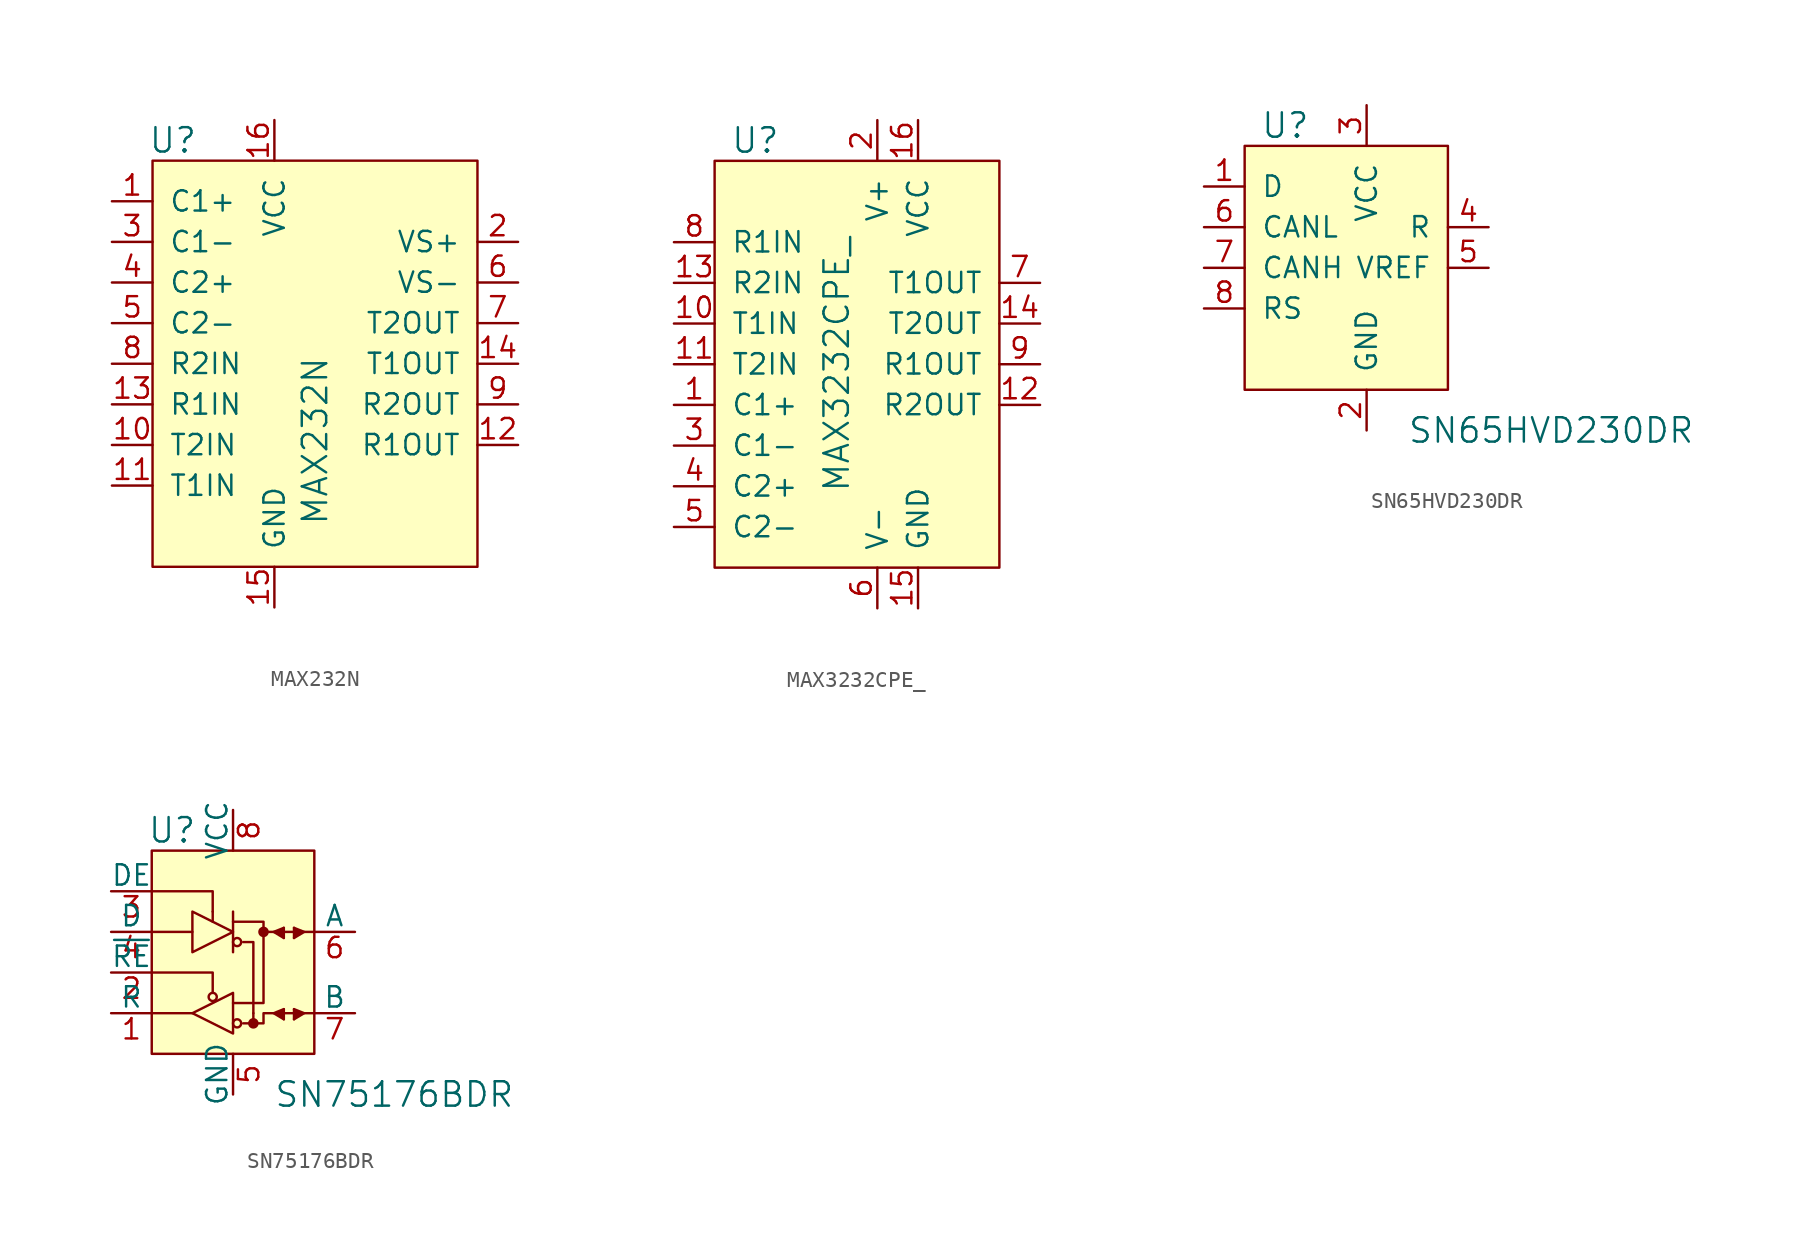
<source format=kicad_sym>
(kicad_symbol_lib
  (version 20220914)
  (generator kicad_symbol_editor)
  (symbol "MAX232N"
    (pin_names
      (offset 1.016))
    (property "Reference" "U"
      (at -8.89 11.43 0)
      (effects (font (size 1.524 1.524))))
    (property "Value" "MAX232N"
      (at 0 -12.7 90)
      (effects (font (size 1.524 1.524)) (justify left)))
    (symbol "MAX232N_0_1"
      (rectangle (start -10.16 10.16) (end 10.16 -15.24) (stroke (width 0) (type solid)) (fill (type background))))
    (symbol "MAX232N_1_1"
      (pin passive line (at -12.7 7.62 0) (length 2.54) (name "C1+" (effects (font (size 1.27 1.27)))) (number "1" (effects (font (size 1.27 1.27)))))
      (pin input line (at -12.7 -7.62 0) (length 2.54) (name "T2IN" (effects (font (size 1.27 1.27)))) (number "10" (effects (font (size 1.27 1.27)))))
      (pin input line (at -12.7 -10.16 0) (length 2.54) (name "T1IN" (effects (font (size 1.27 1.27)))) (number "11" (effects (font (size 1.27 1.27)))))
      (pin output line (at 12.7 -7.62 180) (length 2.54) (name "R1OUT" (effects (font (size 1.27 1.27)))) (number "12" (effects (font (size 1.27 1.27)))))
      (pin input line (at -12.7 -5.08 0) (length 2.54) (name "R1IN" (effects (font (size 1.27 1.27)))) (number "13" (effects (font (size 1.27 1.27)))))
      (pin output line (at 12.7 -2.54 180) (length 2.54) (name "T1OUT" (effects (font (size 1.27 1.27)))) (number "14" (effects (font (size 1.27 1.27)))))
      (pin power_in line (at -2.54 -17.78 90) (length 2.54) (name "GND" (effects (font (size 1.27 1.27)))) (number "15" (effects (font (size 1.27 1.27)))))
      (pin power_in line (at -2.54 12.7 270) (length 2.54) (name "VCC" (effects (font (size 1.27 1.27)))) (number "16" (effects (font (size 1.27 1.27)))))
      (pin output line (at 12.7 5.08 180) (length 2.54) (name "VS+" (effects (font (size 1.27 1.27)))) (number "2" (effects (font (size 1.27 1.27)))))
      (pin passive line (at -12.7 5.08 0) (length 2.54) (name "C1-" (effects (font (size 1.27 1.27)))) (number "3" (effects (font (size 1.27 1.27)))))
      (pin passive line (at -12.7 2.54 0) (length 2.54) (name "C2+" (effects (font (size 1.27 1.27)))) (number "4" (effects (font (size 1.27 1.27)))))
      (pin passive line (at -12.7 0 0) (length 2.54) (name "C2-" (effects (font (size 1.27 1.27)))) (number "5" (effects (font (size 1.27 1.27)))))
      (pin output line (at 12.7 2.54 180) (length 2.54) (name "VS-" (effects (font (size 1.27 1.27)))) (number "6" (effects (font (size 1.27 1.27)))))
      (pin output line (at 12.7 0 180) (length 2.54) (name "T2OUT" (effects (font (size 1.27 1.27)))) (number "7" (effects (font (size 1.27 1.27)))))
      (pin input line (at -12.7 -2.54 0) (length 2.54) (name "R2IN" (effects (font (size 1.27 1.27)))) (number "8" (effects (font (size 1.27 1.27)))))
      (pin output line (at 12.7 -5.08 180) (length 2.54) (name "R2OUT" (effects (font (size 1.27 1.27)))) (number "9" (effects (font (size 1.27 1.27)))))))
  (symbol "MAX3232CPE_"
    (pin_names
      (offset 1.016))
    (property "Reference" "U"
      (at -5.08 6.35 0)
      (effects (font (size 1.524 1.524))))
    (property "Value" "MAX3232CPE_"
      (at 0 -7.62 90)
      (effects (font (size 1.524 1.524))))
    (symbol "MAX3232CPE__0_1"
      (rectangle (start -7.62 5.08) (end 10.16 -20.32) (stroke (width 0) (type solid)) (fill (type background))))
    (symbol "MAX3232CPE__1_1"
      (pin passive line (at -10.16 -10.16 0) (length 2.54) (name "C1+" (effects (font (size 1.27 1.27)))) (number "1" (effects (font (size 1.27 1.27)))))
      (pin input line (at -10.16 -5.08 0) (length 2.54) (name "T1IN" (effects (font (size 1.27 1.27)))) (number "10" (effects (font (size 1.27 1.27)))))
      (pin input line (at -10.16 -7.62 0) (length 2.54) (name "T2IN" (effects (font (size 1.27 1.27)))) (number "11" (effects (font (size 1.27 1.27)))))
      (pin output line (at 12.7 -10.16 180) (length 2.54) (name "R2OUT" (effects (font (size 1.27 1.27)))) (number "12" (effects (font (size 1.27 1.27)))))
      (pin input line (at -10.16 -2.54 0) (length 2.54) (name "R2IN" (effects (font (size 1.27 1.27)))) (number "13" (effects (font (size 1.27 1.27)))))
      (pin output line (at 12.7 -5.08 180) (length 2.54) (name "T2OUT" (effects (font (size 1.27 1.27)))) (number "14" (effects (font (size 1.27 1.27)))))
      (pin power_in line (at 5.08 -22.86 90) (length 2.54) (name "GND" (effects (font (size 1.27 1.27)))) (number "15" (effects (font (size 1.27 1.27)))))
      (pin power_in line (at 5.08 7.62 270) (length 2.54) (name "VCC" (effects (font (size 1.27 1.27)))) (number "16" (effects (font (size 1.27 1.27)))))
      (pin power_in line (at 2.54 7.62 270) (length 2.54) (name "V+" (effects (font (size 1.27 1.27)))) (number "2" (effects (font (size 1.27 1.27)))))
      (pin passive line (at -10.16 -12.7 0) (length 2.54) (name "C1-" (effects (font (size 1.27 1.27)))) (number "3" (effects (font (size 1.27 1.27)))))
      (pin passive line (at -10.16 -15.24 0) (length 2.54) (name "C2+" (effects (font (size 1.27 1.27)))) (number "4" (effects (font (size 1.27 1.27)))))
      (pin passive line (at -10.16 -17.78 0) (length 2.54) (name "C2-" (effects (font (size 1.27 1.27)))) (number "5" (effects (font (size 1.27 1.27)))))
      (pin power_in line (at 2.54 -22.86 90) (length 2.54) (name "V-" (effects (font (size 1.27 1.27)))) (number "6" (effects (font (size 1.27 1.27)))))
      (pin output line (at 12.7 -2.54 180) (length 2.54) (name "T1OUT" (effects (font (size 1.27 1.27)))) (number "7" (effects (font (size 1.27 1.27)))))
      (pin input line (at -10.16 0 0) (length 2.54) (name "R1IN" (effects (font (size 1.27 1.27)))) (number "8" (effects (font (size 1.27 1.27)))))
      (pin output line (at 12.7 -7.62 180) (length 2.54) (name "R1OUT" (effects (font (size 1.27 1.27)))) (number "9" (effects (font (size 1.27 1.27)))))))
  (symbol "SN65HVD230DR"
    (pin_names
      (offset 1.016))
    (property "Reference" "U"
      (at -2.54 1.27 0)
      (effects (font (size 1.524 1.524))))
    (property "Value" "SN65HVD230DR"
      (at 5.08 -17.78 0)
      (effects (font (size 1.524 1.524)) (justify left)))
    (symbol "SN65HVD230DR_0_1"
      (rectangle (start -5.08 0) (end 7.62 -15.24) (stroke (width 0) (type solid)) (fill (type background))))
    (symbol "SN65HVD230DR_1_1"
      (pin input line (at -7.62 -2.54 0) (length 2.54) (name "D" (effects (font (size 1.27 1.27)))) (number "1" (effects (font (size 1.27 1.27)))))
      (pin power_in line (at 2.54 -17.78 90) (length 2.54) (name "GND" (effects (font (size 1.27 1.27)))) (number "2" (effects (font (size 1.27 1.27)))))
      (pin power_in line (at 2.54 2.54 270) (length 2.54) (name "VCC" (effects (font (size 1.27 1.27)))) (number "3" (effects (font (size 1.27 1.27)))))
      (pin output line (at 10.16 -5.08 180) (length 2.54) (name "R" (effects (font (size 1.27 1.27)))) (number "4" (effects (font (size 1.27 1.27)))))
      (pin output line (at 10.16 -7.62 180) (length 2.54) (name "VREF" (effects (font (size 1.27 1.27)))) (number "5" (effects (font (size 1.27 1.27)))))
      (pin bidirectional line (at -7.62 -5.08 0) (length 2.54) (name "CANL" (effects (font (size 1.27 1.27)))) (number "6" (effects (font (size 1.27 1.27)))))
      (pin bidirectional line (at -7.62 -7.62 0) (length 2.54) (name "CANH" (effects (font (size 1.27 1.27)))) (number "7" (effects (font (size 1.27 1.27)))))
      (pin input line (at -7.62 -10.16 0) (length 2.54) (name "RS" (effects (font (size 1.27 1.27)))) (number "8" (effects (font (size 1.27 1.27)))))))
  (symbol "SN75176BDR"
    (pin_names
      (offset 0))
    (property "Reference" "U"
      (at -3.81 6.35 0)
      (effects (font (size 1.524 1.524))))
    (property "Value" "SN75176BDR"
      (at 2.54 -10.16 0)
      (effects (font (size 1.524 1.524)) (justify left)))
    (symbol "SN75176BDR_0_1"
      (rectangle (start -5.08 5.08) (end 5.08 -7.62) (stroke (width 0) (type solid)) (fill (type background)))
      (circle (center -1.27 -4.064) (radius 0.254) (stroke (width 0) (type solid)) (fill (type none)))
      (polyline (pts (xy -5.08 0) (xy -2.54 0)) (stroke (width 0) (type solid)) (fill (type none)))
      (polyline (pts (xy -2.54 -5.08) (xy -5.08 -5.08)) (stroke (width 0) (type solid)) (fill (type none)))
      (polyline (pts (xy -1.27 1.27) (xy -1.27 0.635)) (stroke (width 0) (type solid)) (fill (type none)))
      (polyline (pts (xy 0 1.27) (xy 0 -1.27)) (stroke (width 0) (type solid)) (fill (type none)))
      (polyline (pts (xy 1.27 -5.08) (xy 1.27 -5.715)) (stroke (width 0) (type solid)) (fill (type none)))
      (polyline (pts (xy 3.175 -4.826) (xy 3.175 -5.461)) (stroke (width 0) (type solid)) (fill (type outline)))
      (polyline (pts (xy 3.175 0.254) (xy 3.175 -0.381)) (stroke (width 0) (type solid)) (fill (type outline)))
      (polyline (pts (xy 3.81 -5.08) (xy 3.175 -5.08)) (stroke (width 0) (type solid)) (fill (type none)))
      (polyline (pts (xy 3.81 -4.826) (xy 3.81 -5.461)) (stroke (width 0) (type solid)) (fill (type outline)))
      (polyline (pts (xy 3.81 0.254) (xy 3.81 -0.381)) (stroke (width 0) (type solid)) (fill (type outline)))
      (polyline (pts (xy 5.08 -5.08) (xy 4.445 -5.08)) (stroke (width 0) (type solid)) (fill (type none)))
      (polyline (pts (xy -5.08 -2.54) (xy -1.27 -2.54) (xy -1.27 -3.81)) (stroke (width 0) (type solid)) (fill (type none)))
      (polyline (pts (xy -1.27 1.27) (xy -1.27 2.54) (xy -5.08 2.54)) (stroke (width 0) (type solid)) (fill (type none)))
      (polyline (pts (xy 0 0.635) (xy 1.905 0.635) (xy 1.905 0)) (stroke (width 0) (type solid)) (fill (type none)))
      (polyline (pts (xy 1.27 -5.08) (xy 1.27 -0.635) (xy 0.635 -0.635)) (stroke (width 0) (type solid)) (fill (type none)))
      (polyline (pts (xy 3.175 -4.826) (xy 2.54 -5.08) (xy 3.175 -5.461)) (stroke (width 0) (type solid)) (fill (type outline)))
      (polyline (pts (xy 3.175 0.254) (xy 2.54 0) (xy 3.175 -0.381)) (stroke (width 0) (type solid)) (fill (type outline)))
      (polyline (pts (xy 3.81 -4.826) (xy 4.445 -5.08) (xy 3.81 -5.461)) (stroke (width 0) (type solid)) (fill (type outline)))
      (polyline (pts (xy 3.81 0.254) (xy 4.445 0) (xy 3.81 -0.381)) (stroke (width 0) (type solid)) (fill (type outline)))
      (polyline (pts (xy -2.54 1.27) (xy -2.54 -1.27) (xy 0 0) (xy -2.54 1.27)) (stroke (width 0) (type solid)) (fill (type none)))
      (polyline (pts (xy 0 -3.81) (xy 0 -6.35) (xy -2.54 -5.08) (xy 0 -3.81)) (stroke (width 0) (type solid)) (fill (type none)))
      (polyline (pts (xy 2.54 -5.08) (xy 1.905 -5.08) (xy 1.905 -5.715) (xy 0.635 -5.715)) (stroke (width 0) (type solid)) (fill (type none)))
      (polyline (pts (xy 5.08 0) (xy 1.905 0) (xy 1.905 -4.445) (xy 0 -4.445)) (stroke (width 0) (type solid)) (fill (type none)))
      (circle (center 0.254 -5.715) (radius 0.254) (stroke (width 0) (type solid)) (fill (type none)))
      (circle (center 0.254 -0.635) (radius 0.254) (stroke (width 0) (type solid)) (fill (type none)))
      (circle (center 1.27 -5.715) (radius 0.254) (stroke (width 0) (type solid)) (fill (type outline)))
      (circle (center 1.905 0) (radius 0.254) (stroke (width 0) (type solid)) (fill (type outline))))
    (symbol "SN75176BDR_1_1"
      (pin output line (at -7.62 -5.08 0) (length 2.54) (name "R" (effects (font (size 1.27 1.27)))) (number "1" (effects (font (size 1.27 1.27)))))
      (pin input line (at -7.62 -2.54 0) (length 2.54) (name "~{RE}" (effects (font (size 1.27 1.27)))) (number "2" (effects (font (size 1.27 1.27)))))
      (pin input line (at -7.62 2.54 0) (length 2.54) (name "DE" (effects (font (size 1.27 1.27)))) (number "3" (effects (font (size 1.27 1.27)))))
      (pin input line (at -7.62 0 0) (length 2.54) (name "D" (effects (font (size 1.27 1.27)))) (number "4" (effects (font (size 1.27 1.27)))))
      (pin power_in line (at 0 -10.16 90) (length 2.54) (name "GND" (effects (font (size 1.27 1.27)))) (number "5" (effects (font (size 1.27 1.27)))))
      (pin bidirectional line (at 7.62 0 180) (length 2.54) (name "A" (effects (font (size 1.27 1.27)))) (number "6" (effects (font (size 1.27 1.27)))))
      (pin bidirectional line (at 7.62 -5.08 180) (length 2.54) (name "B" (effects (font (size 1.27 1.27)))) (number "7" (effects (font (size 1.27 1.27)))))
      (pin power_in line (at 0 7.62 270) (length 2.54) (name "VCC" (effects (font (size 1.27 1.27)))) (number "8" (effects (font (size 1.27 1.27))))))))
</source>
